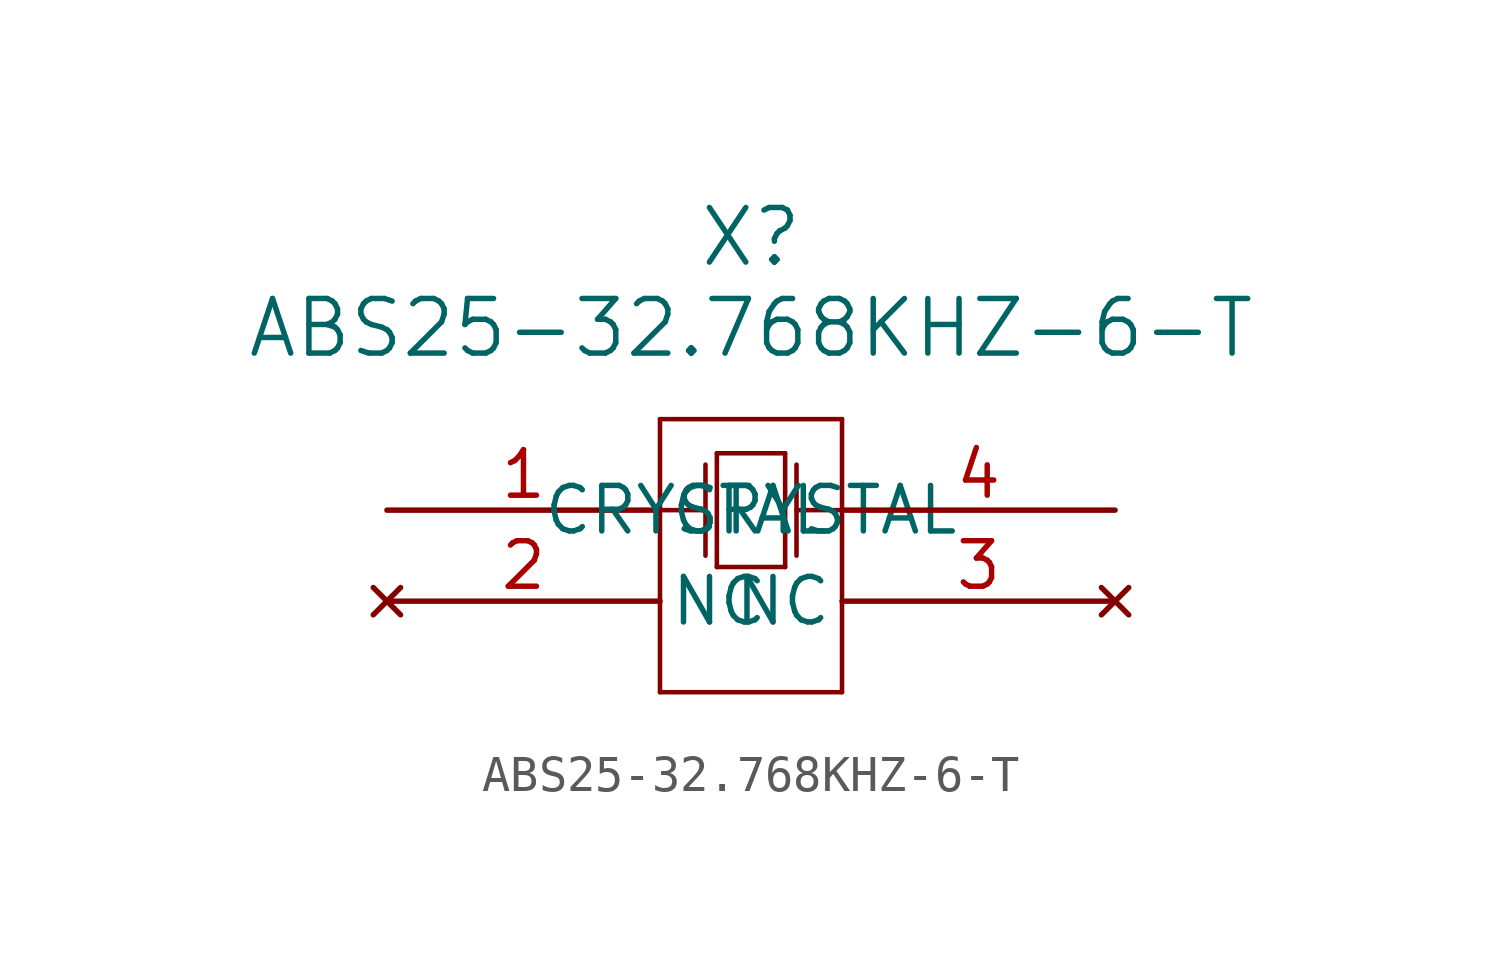
<source format=kicad_sym>
(kicad_symbol_lib
  (version 20211014)
  (generator kicad_symbol_editor)
  (symbol "ABS25-32.768KHZ-6-T"
    (pin_names
      (offset 0.254))
    (property "Reference" "X"
      (at 10.16 7.62 0)
      (effects (font (size 1.524 1.524))))
    (property "Value" "ABS25-32.768KHZ-6-T"
      (at 10.16 5.08 0)
      (effects (font (size 1.524 1.524))))
    (symbol "ABS25-32.768KHZ-6-T_0_1"
      (polyline (pts (xy 7.62 2.54) (xy 7.62 -5.08)) (stroke (width 0.127) (type default) (color 0 0 0 0)) (fill (type none)))
      (polyline (pts (xy 7.62 -5.08) (xy 12.7 -5.08)) (stroke (width 0.127) (type default) (color 0 0 0 0)) (fill (type none)))
      (polyline (pts (xy 12.7 -5.08) (xy 12.7 2.54)) (stroke (width 0.127) (type default) (color 0 0 0 0)) (fill (type none)))
      (polyline (pts (xy 12.7 2.54) (xy 7.62 2.54)) (stroke (width 0.127) (type default) (color 0 0 0 0)) (fill (type none)))
      (polyline (pts (xy 7.62 0) (xy 8.89 0)) (stroke (width 0.127) (type default) (color 0 0 0 0)) (fill (type none)))
      (polyline (pts (xy 8.89 1.27) (xy 8.89 -1.27)) (stroke (width 0.127) (type default) (color 0 0 0 0)) (fill (type none)))
      (polyline (pts (xy 9.207 1.587) (xy 9.207 -1.587)) (stroke (width 0.127) (type default) (color 0 0 0 0)) (fill (type none)))
      (polyline (pts (xy 9.207 -1.587) (xy 11.113 -1.587)) (stroke (width 0.127) (type default) (color 0 0 0 0)) (fill (type none)))
      (polyline (pts (xy 11.43 0) (xy 12.7 0)) (stroke (width 0.127) (type default) (color 0 0 0 0)) (fill (type none)))
      (polyline (pts (xy 11.43 1.27) (xy 11.43 -1.27)) (stroke (width 0.127) (type default) (color 0 0 0 0)) (fill (type none)))
      (polyline (pts (xy 9.207 1.587) (xy 11.113 1.587)) (stroke (width 0.127) (type default) (color 0 0 0 0)) (fill (type none)))
      (polyline (pts (xy 11.113 1.587) (xy 11.113 -1.587)) (stroke (width 0.127) (type default) (color 0 0 0 0)) (fill (type none)))
      (pin unspecified line (at 0 0 0) (length 7.62) (name "CRYSTAL" (effects (font (size 1.27 1.27)))) (number "1" (effects (font (size 1.27 1.27)))))
      (pin no_connect line (at 0 -2.54 0) (length 7.62) (name "NC" (effects (font (size 1.27 1.27)))) (number "2" (effects (font (size 1.27 1.27)))))
      (pin no_connect line (at 20.32 -2.54 180) (length 7.62) (name "NC" (effects (font (size 1.27 1.27)))) (number "3" (effects (font (size 1.27 1.27)))))
      (pin unspecified line (at 20.32 0 180) (length 7.62) (name "CRYSTAL" (effects (font (size 1.27 1.27)))) (number "4" (effects (font (size 1.27 1.27))))))))
</source>
